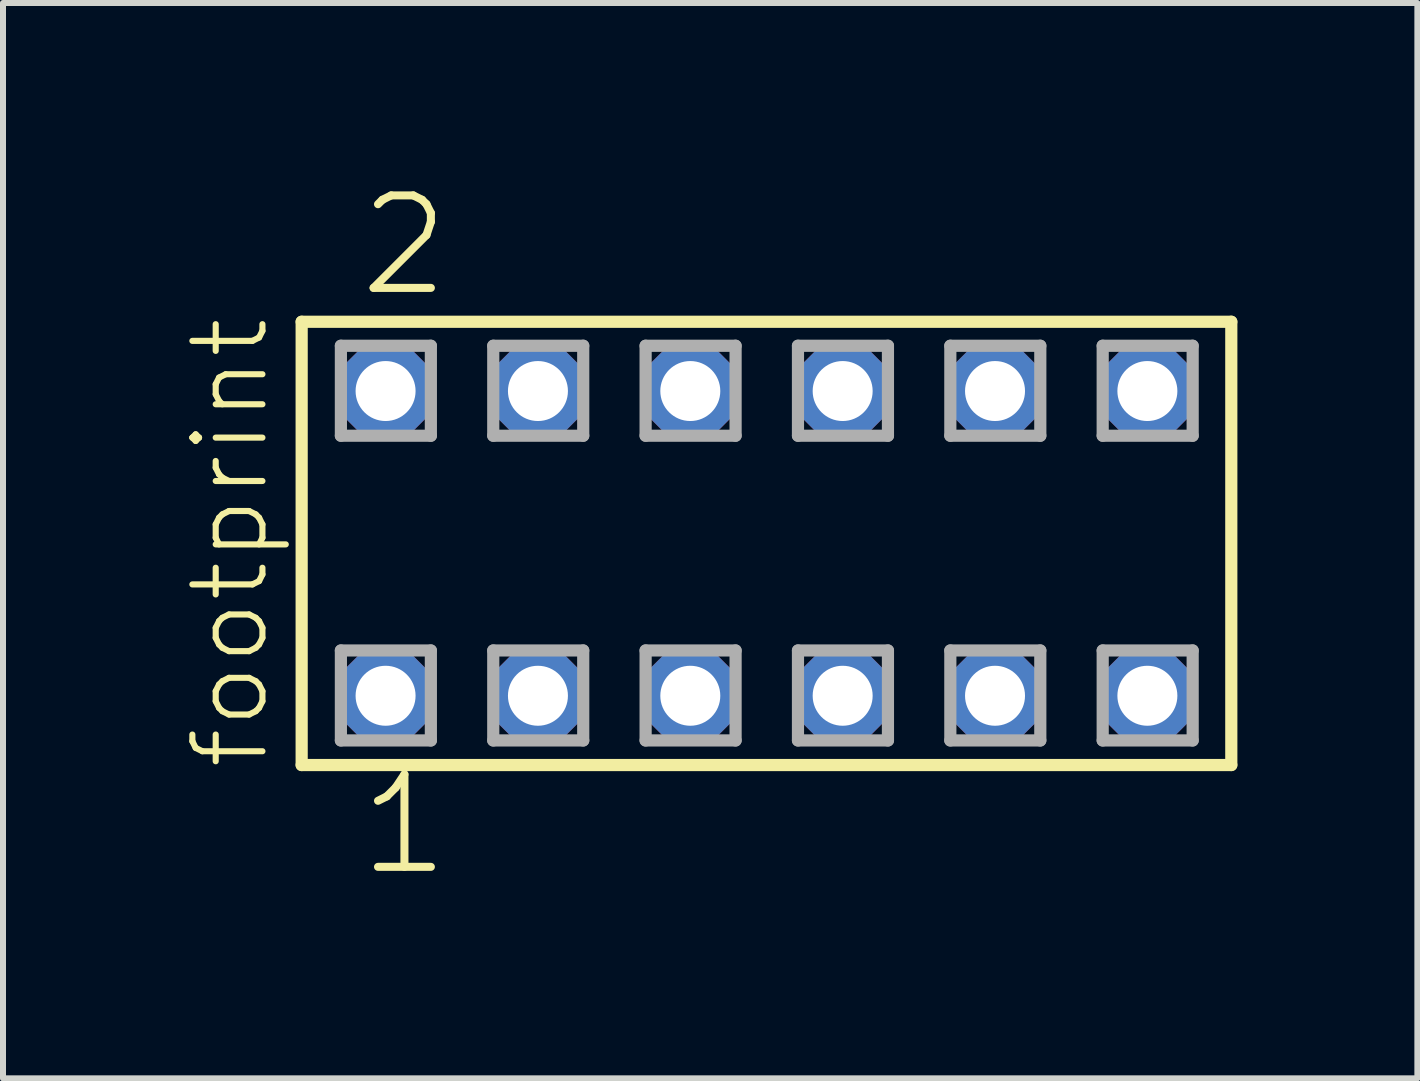
<source format=kicad_pcb>
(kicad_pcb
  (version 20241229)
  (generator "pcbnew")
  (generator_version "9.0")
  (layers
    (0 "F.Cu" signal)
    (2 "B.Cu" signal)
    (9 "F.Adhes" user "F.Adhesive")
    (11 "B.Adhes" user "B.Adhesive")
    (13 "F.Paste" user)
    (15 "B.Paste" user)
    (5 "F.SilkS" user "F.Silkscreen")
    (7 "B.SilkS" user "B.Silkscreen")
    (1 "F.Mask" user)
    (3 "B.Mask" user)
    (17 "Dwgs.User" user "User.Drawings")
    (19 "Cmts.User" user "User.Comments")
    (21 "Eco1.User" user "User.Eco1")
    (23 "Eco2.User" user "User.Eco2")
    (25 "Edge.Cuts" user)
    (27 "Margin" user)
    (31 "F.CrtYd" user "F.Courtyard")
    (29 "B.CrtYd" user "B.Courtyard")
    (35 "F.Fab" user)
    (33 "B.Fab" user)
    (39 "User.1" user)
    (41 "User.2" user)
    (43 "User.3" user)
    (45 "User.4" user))
  (footprint "footprint"
    (layer "F.Cu")
    (at 9.728 6.009)
    (property "Reference" "footprint" (at -8.255 3.81 90) (layer "F.SilkS") (effects (font (size 1.168 1.168) (thickness 0.102)) (justify left bottom)))
    (fp_line (start -7.749 -3.695) (end 7.749 -3.695) (stroke (width 0.203) (type solid)) (layer "F.SilkS"))
    (fp_line (start -7.749 3.695) (end -7.749 -3.695) (stroke (width 0.203) (type solid)) (layer "F.SilkS"))
    (fp_line (start 7.749 -3.695) (end 7.749 3.695) (stroke (width 0.203) (type solid)) (layer "F.SilkS"))
    (fp_line (start 7.749 3.695) (end -7.749 3.695) (stroke (width 0.203) (type solid)) (layer "F.SilkS"))
    (fp_line (start -7.095 -3.295) (end -5.595 -3.295) (stroke (width 0.203) (type solid)) (layer "F.Fab"))
    (fp_line (start -7.095 -1.795) (end -7.095 -3.295) (stroke (width 0.203) (type solid)) (layer "F.Fab"))
    (fp_line (start -7.095 1.785) (end -5.595 1.785) (stroke (width 0.203) (type solid)) (layer "F.Fab"))
    (fp_line (start -7.095 3.285) (end -7.095 1.785) (stroke (width 0.203) (type solid)) (layer "F.Fab"))
    (fp_line (start -5.595 -3.295) (end -5.595 -1.795) (stroke (width 0.203) (type solid)) (layer "F.Fab"))
    (fp_line (start -5.595 -1.795) (end -7.095 -1.795) (stroke (width 0.203) (type solid)) (layer "F.Fab"))
    (fp_line (start -5.595 1.785) (end -5.595 3.285) (stroke (width 0.203) (type solid)) (layer "F.Fab"))
    (fp_line (start -5.595 3.285) (end -7.095 3.285) (stroke (width 0.203) (type solid)) (layer "F.Fab"))
    (fp_line (start -4.555 -3.295) (end -3.055 -3.295) (stroke (width 0.203) (type solid)) (layer "F.Fab"))
    (fp_line (start -4.555 -1.795) (end -4.555 -3.295) (stroke (width 0.203) (type solid)) (layer "F.Fab"))
    (fp_line (start -4.555 1.785) (end -3.055 1.785) (stroke (width 0.203) (type solid)) (layer "F.Fab"))
    (fp_line (start -4.555 3.285) (end -4.555 1.785) (stroke (width 0.203) (type solid)) (layer "F.Fab"))
    (fp_line (start -3.055 -3.295) (end -3.055 -1.795) (stroke (width 0.203) (type solid)) (layer "F.Fab"))
    (fp_line (start -3.055 -1.795) (end -4.555 -1.795) (stroke (width 0.203) (type solid)) (layer "F.Fab"))
    (fp_line (start -3.055 1.785) (end -3.055 3.285) (stroke (width 0.203) (type solid)) (layer "F.Fab"))
    (fp_line (start -3.055 3.285) (end -4.555 3.285) (stroke (width 0.203) (type solid)) (layer "F.Fab"))
    (fp_line (start -2.015 -3.295) (end -0.515 -3.295) (stroke (width 0.203) (type solid)) (layer "F.Fab"))
    (fp_line (start -2.015 -1.795) (end -2.015 -3.295) (stroke (width 0.203) (type solid)) (layer "F.Fab"))
    (fp_line (start -2.015 1.785) (end -0.515 1.785) (stroke (width 0.203) (type solid)) (layer "F.Fab"))
    (fp_line (start -2.015 3.285) (end -2.015 1.785) (stroke (width 0.203) (type solid)) (layer "F.Fab"))
    (fp_line (start -0.515 -3.295) (end -0.515 -1.795) (stroke (width 0.203) (type solid)) (layer "F.Fab"))
    (fp_line (start -0.515 -1.795) (end -2.015 -1.795) (stroke (width 0.203) (type solid)) (layer "F.Fab"))
    (fp_line (start -0.515 1.785) (end -0.515 3.285) (stroke (width 0.203) (type solid)) (layer "F.Fab"))
    (fp_line (start -0.515 3.285) (end -2.015 3.285) (stroke (width 0.203) (type solid)) (layer "F.Fab"))
    (fp_line (start 0.525 -3.295) (end 2.025 -3.295) (stroke (width 0.203) (type solid)) (layer "F.Fab"))
    (fp_line (start 0.525 -1.795) (end 0.525 -3.295) (stroke (width 0.203) (type solid)) (layer "F.Fab"))
    (fp_line (start 0.525 1.785) (end 2.025 1.785) (stroke (width 0.203) (type solid)) (layer "F.Fab"))
    (fp_line (start 0.525 3.285) (end 0.525 1.785) (stroke (width 0.203) (type solid)) (layer "F.Fab"))
    (fp_line (start 2.025 -3.295) (end 2.025 -1.795) (stroke (width 0.203) (type solid)) (layer "F.Fab"))
    (fp_line (start 2.025 -1.795) (end 0.525 -1.795) (stroke (width 0.203) (type solid)) (layer "F.Fab"))
    (fp_line (start 2.025 1.785) (end 2.025 3.285) (stroke (width 0.203) (type solid)) (layer "F.Fab"))
    (fp_line (start 2.025 3.285) (end 0.525 3.285) (stroke (width 0.203) (type solid)) (layer "F.Fab"))
    (fp_line (start 3.065 -3.295) (end 4.565 -3.295) (stroke (width 0.203) (type solid)) (layer "F.Fab"))
    (fp_line (start 3.065 -1.795) (end 3.065 -3.295) (stroke (width 0.203) (type solid)) (layer "F.Fab"))
    (fp_line (start 3.065 1.785) (end 4.565 1.785) (stroke (width 0.203) (type solid)) (layer "F.Fab"))
    (fp_line (start 3.065 3.285) (end 3.065 1.785) (stroke (width 0.203) (type solid)) (layer "F.Fab"))
    (fp_line (start 4.565 -3.295) (end 4.565 -1.795) (stroke (width 0.203) (type solid)) (layer "F.Fab"))
    (fp_line (start 4.565 -1.795) (end 3.065 -1.795) (stroke (width 0.203) (type solid)) (layer "F.Fab"))
    (fp_line (start 4.565 1.785) (end 4.565 3.285) (stroke (width 0.203) (type solid)) (layer "F.Fab"))
    (fp_line (start 4.565 3.285) (end 3.065 3.285) (stroke (width 0.203) (type solid)) (layer "F.Fab"))
    (fp_line (start 5.605 -3.295) (end 7.105 -3.295) (stroke (width 0.203) (type solid)) (layer "F.Fab"))
    (fp_line (start 5.605 -1.795) (end 5.605 -3.295) (stroke (width 0.203) (type solid)) (layer "F.Fab"))
    (fp_line (start 5.605 1.785) (end 7.105 1.785) (stroke (width 0.203) (type solid)) (layer "F.Fab"))
    (fp_line (start 5.605 3.285) (end 5.605 1.785) (stroke (width 0.203) (type solid)) (layer "F.Fab"))
    (fp_line (start 7.105 -3.295) (end 7.105 -1.795) (stroke (width 0.203) (type solid)) (layer "F.Fab"))
    (fp_line (start 7.105 -1.795) (end 5.605 -1.795) (stroke (width 0.203) (type solid)) (layer "F.Fab"))
    (fp_line (start 7.105 1.785) (end 7.105 3.285) (stroke (width 0.203) (type solid)) (layer "F.Fab"))
    (fp_line (start 7.105 3.285) (end 5.605 3.285) (stroke (width 0.203) (type solid)) (layer "F.Fab"))
    (fp_text user "1" (at -6.858 5.588 0) (layer "F.SilkS") (effects (font (size 1.542 1.542) (thickness 0.134)) (justify left bottom)))
    (fp_text user "2" (at -6.858 -4.064 0) (layer "F.SilkS") (effects (font (size 1.542 1.542) (thickness 0.134)) (justify left bottom)))
    (pad "1" thru_hole roundrect (at -6.35 2.54) (size 1.5 1.5) (drill 1) (layers "*.Cu" "*.Mask") (roundrect_rratio 0.25) (chamfer_ratio 0.25) (chamfer top_left top_right bottom_left bottom_right))
    (pad "2" thru_hole roundrect (at -6.35 -2.54) (size 1.5 1.5) (drill 1) (layers "*.Cu" "*.Mask") (roundrect_rratio 0.25) (chamfer_ratio 0.25) (chamfer top_left top_right bottom_left bottom_right))
    (pad "3" thru_hole roundrect (at -3.81 2.54) (size 1.5 1.5) (drill 1) (layers "*.Cu" "*.Mask") (roundrect_rratio 0.25) (chamfer_ratio 0.25) (chamfer top_left top_right bottom_left bottom_right))
    (pad "4" thru_hole roundrect (at -3.81 -2.54) (size 1.5 1.5) (drill 1) (layers "*.Cu" "*.Mask") (roundrect_rratio 0.25) (chamfer_ratio 0.25) (chamfer top_left top_right bottom_left bottom_right))
    (pad "5" thru_hole roundrect (at -1.27 2.54) (size 1.5 1.5) (drill 1) (layers "*.Cu" "*.Mask") (roundrect_rratio 0.25) (chamfer_ratio 0.25) (chamfer top_left top_right bottom_left bottom_right))
    (pad "6" thru_hole roundrect (at -1.27 -2.54) (size 1.5 1.5) (drill 1) (layers "*.Cu" "*.Mask") (roundrect_rratio 0.25) (chamfer_ratio 0.25) (chamfer top_left top_right bottom_left bottom_right))
    (pad "7" thru_hole roundrect (at 1.27 2.54) (size 1.5 1.5) (drill 1) (layers "*.Cu" "*.Mask") (roundrect_rratio 0.25) (chamfer_ratio 0.25) (chamfer top_left top_right bottom_left bottom_right))
    (pad "8" thru_hole roundrect (at 1.27 -2.54) (size 1.5 1.5) (drill 1) (layers "*.Cu" "*.Mask") (roundrect_rratio 0.25) (chamfer_ratio 0.25) (chamfer top_left top_right bottom_left bottom_right))
    (pad "9" thru_hole roundrect (at 3.81 2.54) (size 1.5 1.5) (drill 1) (layers "*.Cu" "*.Mask") (roundrect_rratio 0.25) (chamfer_ratio 0.25) (chamfer top_left top_right bottom_left bottom_right))
    (pad "10" thru_hole roundrect (at 3.81 -2.54) (size 1.5 1.5) (drill 1) (layers "*.Cu" "*.Mask") (roundrect_rratio 0.25) (chamfer_ratio 0.25) (chamfer top_left top_right bottom_left bottom_right))
    (pad "11" thru_hole roundrect (at 6.35 2.54) (size 1.5 1.5) (drill 1) (layers "*.Cu" "*.Mask") (roundrect_rratio 0.25) (chamfer_ratio 0.25) (chamfer top_left top_right bottom_left bottom_right))
    (pad "12" thru_hole roundrect (at 6.35 -2.54) (size 1.5 1.5) (drill 1) (layers "*.Cu" "*.Mask") (roundrect_rratio 0.25) (chamfer_ratio 0.25) (chamfer top_left top_right bottom_left bottom_right)))
  (gr_rect
    (start -3 -3)
    (end 20.579 14.927)
    (stroke (width 0.1) (type default))
    (fill no)
    (layer "Edge.Cuts")))
</source>
